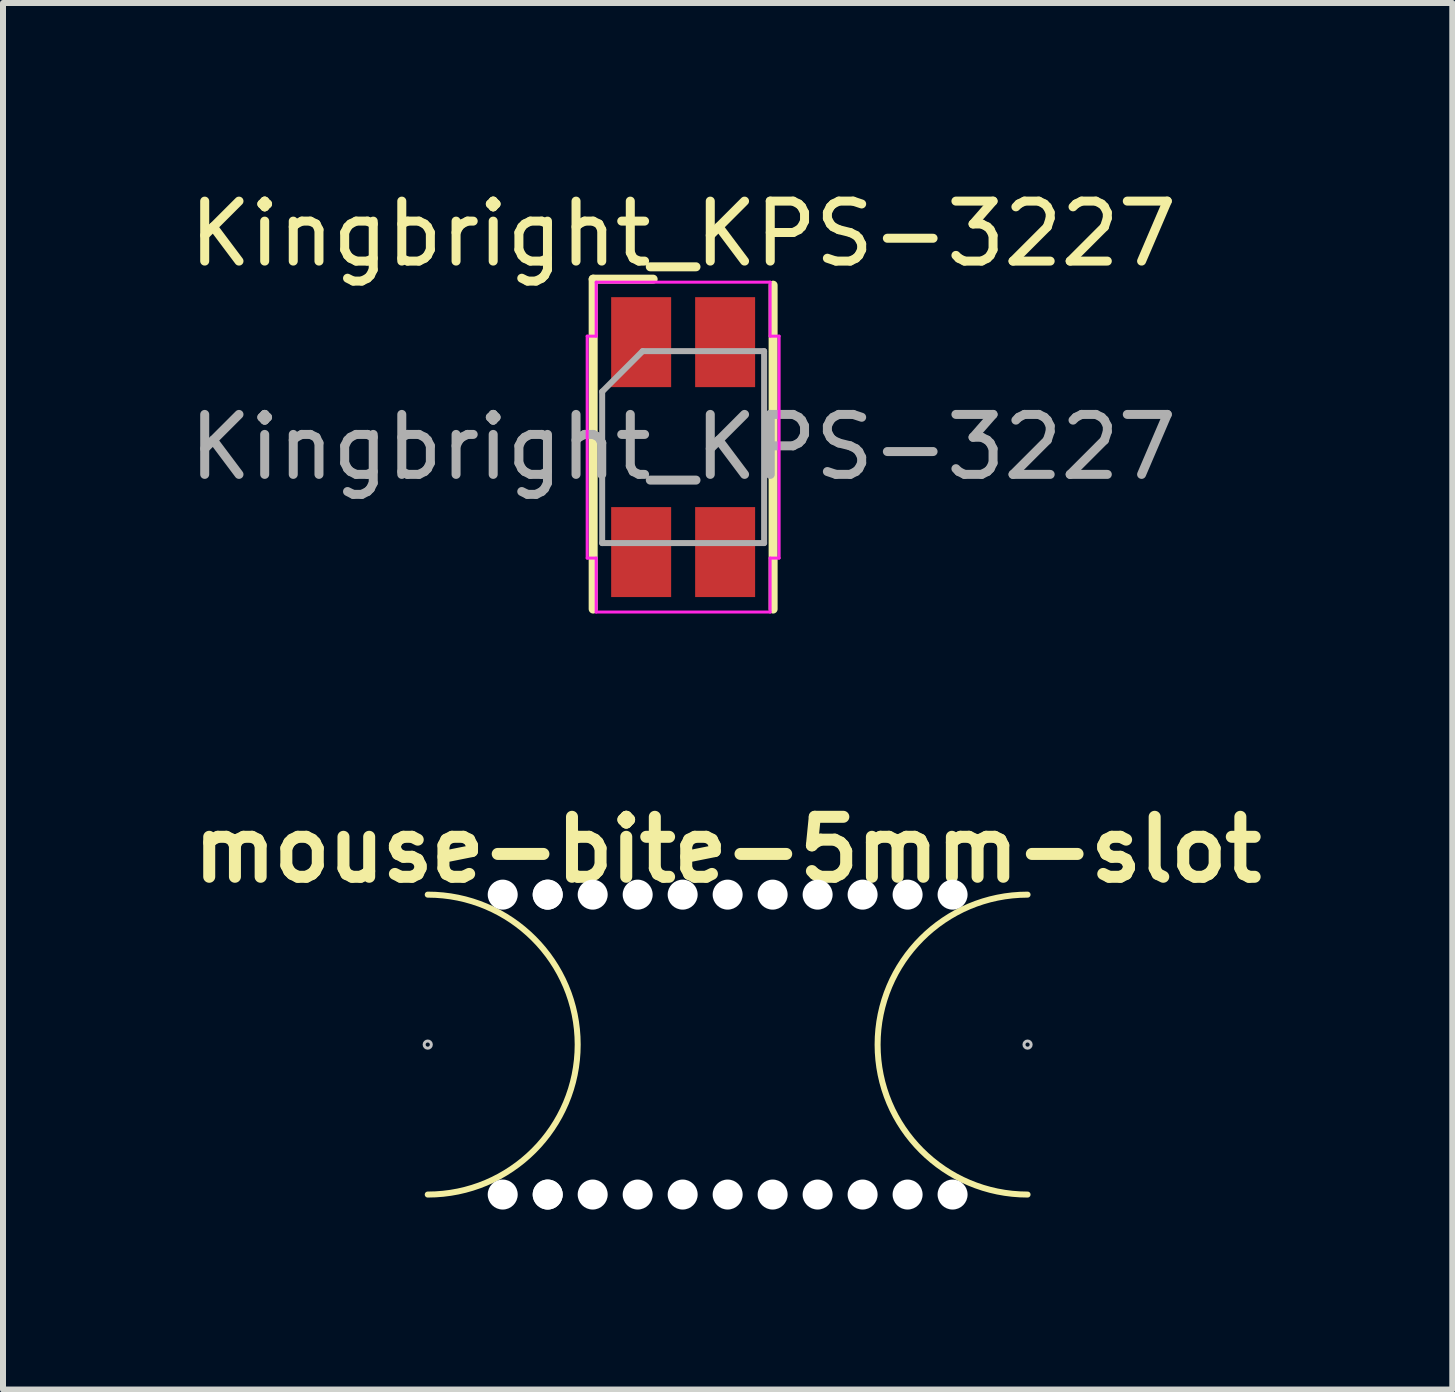
<source format=kicad_pcb>
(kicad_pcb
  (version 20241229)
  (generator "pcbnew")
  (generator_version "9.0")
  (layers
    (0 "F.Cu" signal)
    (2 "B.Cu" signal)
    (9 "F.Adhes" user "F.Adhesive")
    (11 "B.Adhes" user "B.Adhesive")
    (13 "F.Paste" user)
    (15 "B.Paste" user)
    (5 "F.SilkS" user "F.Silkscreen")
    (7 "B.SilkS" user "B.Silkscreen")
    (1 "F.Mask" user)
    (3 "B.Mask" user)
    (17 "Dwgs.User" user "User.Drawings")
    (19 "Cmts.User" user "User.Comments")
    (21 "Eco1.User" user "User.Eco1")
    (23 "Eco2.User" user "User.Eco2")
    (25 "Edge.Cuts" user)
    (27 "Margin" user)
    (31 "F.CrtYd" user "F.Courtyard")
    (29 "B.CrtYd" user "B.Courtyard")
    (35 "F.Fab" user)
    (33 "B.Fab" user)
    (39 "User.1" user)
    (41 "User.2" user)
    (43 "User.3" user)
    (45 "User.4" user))
  (footprint "mouse-bite-5mm-slot"
    (layer "F.Cu")
    (at 9.081 14.365)
    (property "Reference" "mouse-bite-5mm-slot" (at 0 -3.25 0) (layer "F.SilkS") (effects (font (size 1 1) (thickness 0.2))))
    (attr through_hole)
    (fp_arc (start -5 -2.5) (mid -2.5 0) (end -5 2.5) (stroke (width 0.1) (type solid)) (layer "F.SilkS"))
    (fp_arc (start 5 2.5) (mid 2.5 0) (end 5 -2.5) (stroke (width 0.1) (type solid)) (layer "F.SilkS"))
    (fp_circle (center -5 0) (end -4.94 0) (stroke (width 0.05) (type solid)) (fill no) (layer "Dwgs.User"))
    (fp_circle (center 5 0) (end 5.06 0) (stroke (width 0.05) (type solid)) (fill no) (layer "Dwgs.User"))
    (fp_line (start -5 0) (end -5 0) (stroke (width 5) (type solid)) (layer "Eco1.User"))
    (fp_line (start 5 0) (end 5 0) (stroke (width 5) (type solid)) (layer "Eco1.User"))
    (pad "" np_thru_hole circle (at -3.75 -2.5) (size 0.5 0.5) (drill 0.5) (layers "*.Cu" "*.Mask"))
    (pad "" np_thru_hole circle (at -3.75 2.5) (size 0.5 0.5) (drill 0.5) (layers "*.Cu" "*.Mask"))
    (pad "" np_thru_hole circle (at -3 -2.5) (size 0.5 0.5) (drill 0.5) (layers "*.Cu" "*.Mask"))
    (pad "" np_thru_hole circle (at -3 -2.5) (size 0.5 0.5) (drill 0.5) (layers "*.Cu" "*.Mask"))
    (pad "" np_thru_hole circle (at -3 2.5) (size 0.5 0.5) (drill 0.5) (layers "*.Cu" "*.Mask"))
    (pad "" np_thru_hole circle (at -3 2.5) (size 0.5 0.5) (drill 0.5) (layers "*.Cu" "*.Mask"))
    (pad "" np_thru_hole circle (at -2.25 -2.5) (size 0.5 0.5) (drill 0.5) (layers "*.Cu" "*.Mask"))
    (pad "" np_thru_hole circle (at -2.25 2.5) (size 0.5 0.5) (drill 0.5) (layers "*.Cu" "*.Mask"))
    (pad "" np_thru_hole circle (at -1.5 -2.5) (size 0.5 0.5) (drill 0.5) (layers "*.Cu" "*.Mask"))
    (pad "" np_thru_hole circle (at -1.5 2.5) (size 0.5 0.5) (drill 0.5) (layers "*.Cu" "*.Mask"))
    (pad "" np_thru_hole circle (at -0.75 -2.5) (size 0.5 0.5) (drill 0.5) (layers "*.Cu" "*.Mask"))
    (pad "" np_thru_hole circle (at -0.75 2.5) (size 0.5 0.5) (drill 0.5) (layers "*.Cu" "*.Mask"))
    (pad "" np_thru_hole circle (at 0 -2.5) (size 0.5 0.5) (drill 0.5) (layers "*.Cu" "*.Mask"))
    (pad "" np_thru_hole circle (at 0 2.5) (size 0.5 0.5) (drill 0.5) (layers "*.Cu" "*.Mask"))
    (pad "" np_thru_hole circle (at 0.75 -2.5) (size 0.5 0.5) (drill 0.5) (layers "*.Cu" "*.Mask"))
    (pad "" np_thru_hole circle (at 0.75 2.5) (size 0.5 0.5) (drill 0.5) (layers "*.Cu" "*.Mask"))
    (pad "" np_thru_hole circle (at 1.5 -2.5) (size 0.5 0.5) (drill 0.5) (layers "*.Cu" "*.Mask"))
    (pad "" np_thru_hole circle (at 1.5 2.5) (size 0.5 0.5) (drill 0.5) (layers "*.Cu" "*.Mask"))
    (pad "" np_thru_hole circle (at 2.25 -2.5) (size 0.5 0.5) (drill 0.5) (layers "*.Cu" "*.Mask"))
    (pad "" np_thru_hole circle (at 2.25 2.5) (size 0.5 0.5) (drill 0.5) (layers "*.Cu" "*.Mask"))
    (pad "" np_thru_hole circle (at 3 -2.5) (size 0.5 0.5) (drill 0.5) (layers "*.Cu" "*.Mask"))
    (pad "" np_thru_hole circle (at 3 2.5) (size 0.5 0.5) (drill 0.5) (layers "*.Cu" "*.Mask"))
    (pad "" np_thru_hole circle (at 3.75 -2.5) (size 0.5 0.5) (drill 0.5) (layers "*.Cu" "*.Mask"))
    (pad "" np_thru_hole circle (at 3.75 2.5) (size 0.5 0.5) (drill 0.5) (layers "*.Cu" "*.Mask")))
  (footprint "Kingbright_KPS-3227"
    (layer "F.Cu")
    (at 8.339 4.404)
    (property "Reference" "Kingbright_KPS-3227" (at 0 -3.556 180) (layer "F.SilkS") (effects (font (size 1 1) (thickness 0.15))))
    (attr smd)
    (fp_line (start -1.5 -2.8) (end -0.5 -2.8) (stroke (width 0.15) (type solid)) (layer "F.SilkS"))
    (fp_line (start -1.5 2.7) (end -1.5 -2.8) (stroke (width 0.15) (type solid)) (layer "F.SilkS"))
    (fp_line (start 1.5 2.7) (end 1.5 -2.7) (stroke (width 0.15) (type solid)) (layer "F.SilkS"))
    (fp_line (start -1.6 -1.85) (end -1.6 1.85) (stroke (width 0.05) (type solid)) (layer "F.CrtYd"))
    (fp_line (start -1.6 -1.85) (end -1.45 -1.85) (stroke (width 0.05) (type solid)) (layer "F.CrtYd"))
    (fp_line (start -1.6 1.85) (end -1.45 1.85) (stroke (width 0.05) (type solid)) (layer "F.CrtYd"))
    (fp_line (start -1.45 -1.85) (end -1.45 -2.75) (stroke (width 0.05) (type solid)) (layer "F.CrtYd"))
    (fp_line (start -1.45 1.85) (end -1.45 2.75) (stroke (width 0.05) (type solid)) (layer "F.CrtYd"))
    (fp_line (start -1.45 2.75) (end 1.45 2.75) (stroke (width 0.05) (type solid)) (layer "F.CrtYd"))
    (fp_line (start 1.45 -2.75) (end -1.45 -2.75) (stroke (width 0.05) (type solid)) (layer "F.CrtYd"))
    (fp_line (start 1.45 -2.75) (end 1.45 -1.85) (stroke (width 0.05) (type solid)) (layer "F.CrtYd"))
    (fp_line (start 1.45 1.85) (end 1.6 1.85) (stroke (width 0.05) (type solid)) (layer "F.CrtYd"))
    (fp_line (start 1.45 2.75) (end 1.45 1.85) (stroke (width 0.05) (type solid)) (layer "F.CrtYd"))
    (fp_line (start 1.6 -1.85) (end 1.45 -1.85) (stroke (width 0.05) (type solid)) (layer "F.CrtYd"))
    (fp_line (start 1.6 1.85) (end 1.6 -1.85) (stroke (width 0.05) (type solid)) (layer "F.CrtYd"))
    (fp_line (start -1.35 -0.925) (end -0.675 -1.6) (stroke (width 0.1) (type solid)) (layer "F.Fab"))
    (fp_line (start -1.35 1.6) (end -1.35 -0.925) (stroke (width 0.1) (type solid)) (layer "F.Fab"))
    (fp_line (start -0.675 -1.6) (end 1.35 -1.6) (stroke (width 0.1) (type solid)) (layer "F.Fab"))
    (fp_line (start 1.35 -1.6) (end 1.35 1.6) (stroke (width 0.1) (type solid)) (layer "F.Fab"))
    (fp_line (start 1.35 1.6) (end -1.35 1.6) (stroke (width 0.1) (type solid)) (layer "F.Fab"))
    (fp_text user "${REFERENCE}" (at 0 0 180) (layer "F.Fab") (effects (font (size 1 1) (thickness 0.15))))
    (pad "1" smd rect (at -0.7 -1.75) (size 1 1.5) (layers "F.Cu" "F.Mask" "F.Paste"))
    (pad "2" smd rect (at -0.7 1.75) (size 1 1.5) (layers "F.Cu" "F.Mask" "F.Paste"))
    (pad "3" smd rect (at 0.7 -1.75) (size 1 1.5) (layers "F.Cu" "F.Mask" "F.Paste"))
    (pad "4" smd rect (at 0.7 1.75) (size 1 1.5) (layers "F.Cu" "F.Mask" "F.Paste")))
  (gr_rect
    (start -3 -3)
    (end 21.162 20.115)
    (stroke (width 0.1) (type default))
    (fill no)
    (layer "Edge.Cuts")))
</source>
